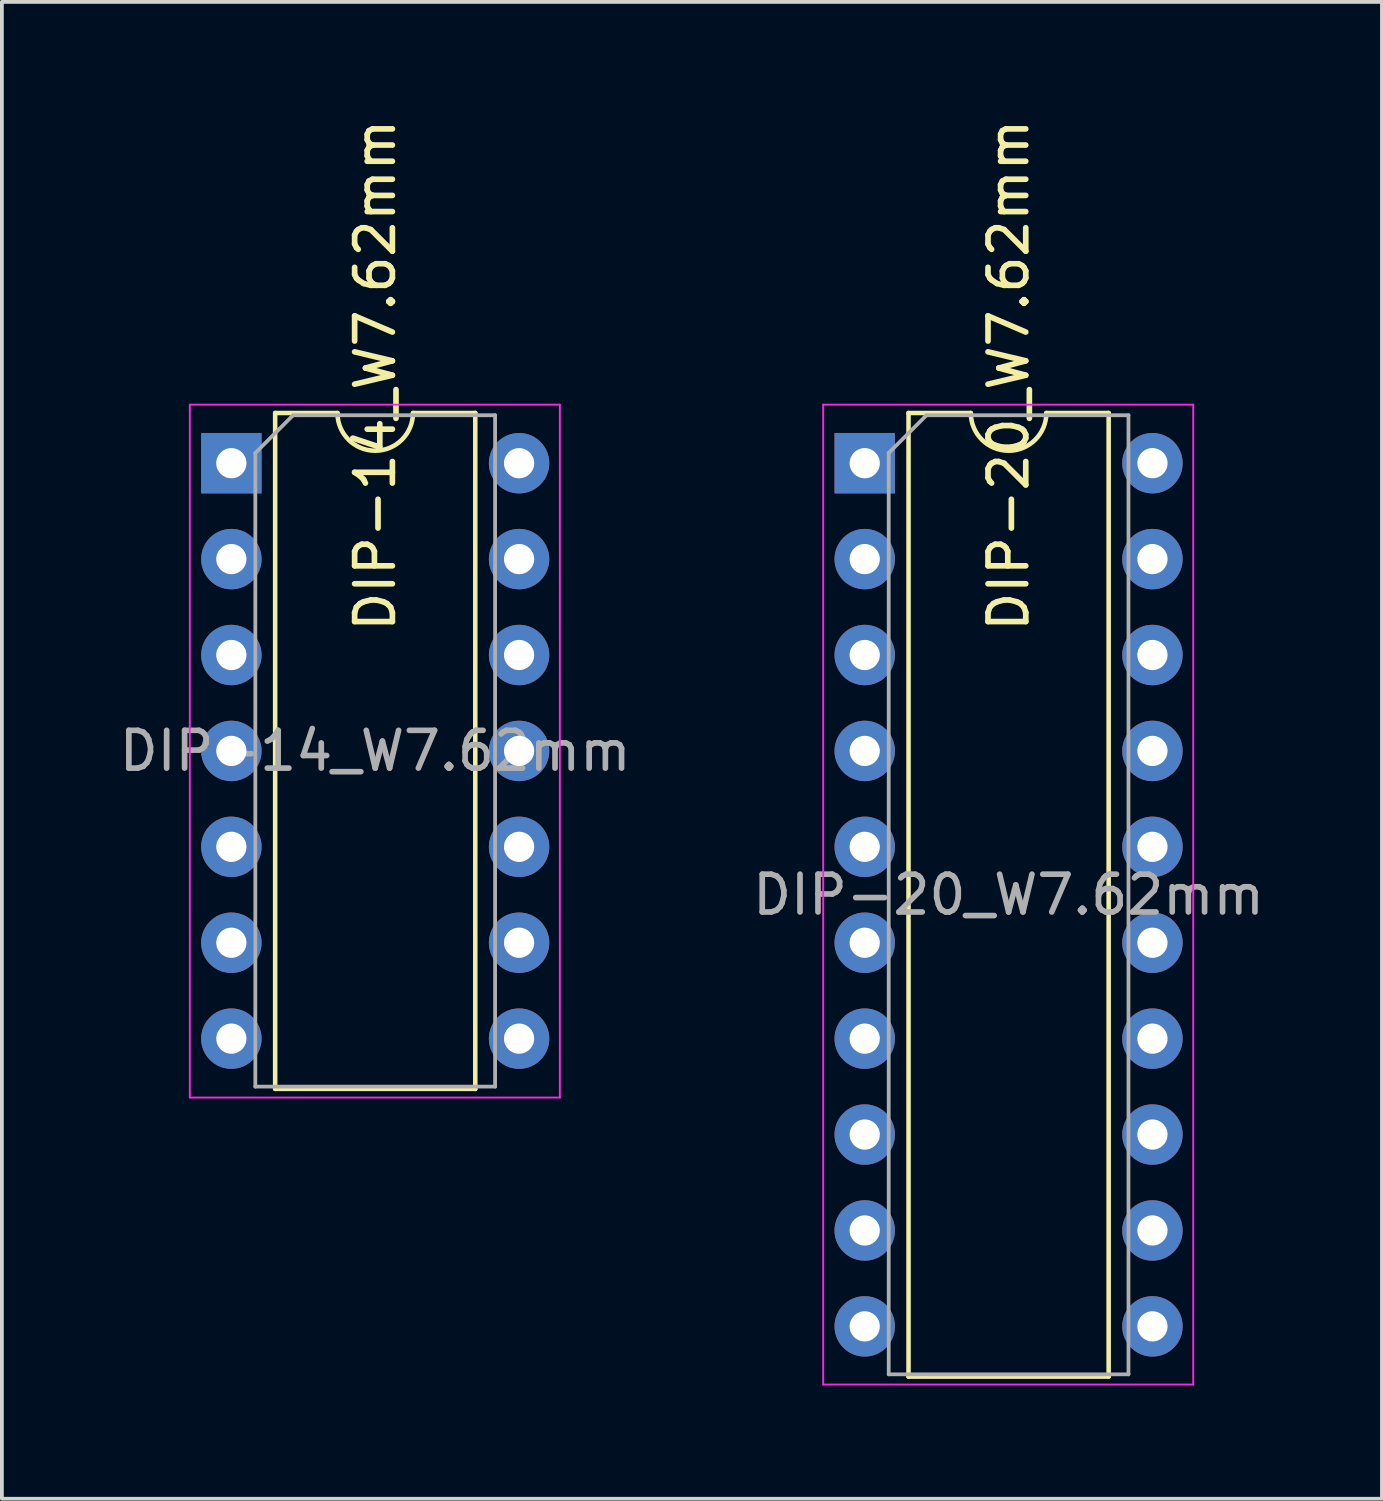
<source format=kicad_pcb>
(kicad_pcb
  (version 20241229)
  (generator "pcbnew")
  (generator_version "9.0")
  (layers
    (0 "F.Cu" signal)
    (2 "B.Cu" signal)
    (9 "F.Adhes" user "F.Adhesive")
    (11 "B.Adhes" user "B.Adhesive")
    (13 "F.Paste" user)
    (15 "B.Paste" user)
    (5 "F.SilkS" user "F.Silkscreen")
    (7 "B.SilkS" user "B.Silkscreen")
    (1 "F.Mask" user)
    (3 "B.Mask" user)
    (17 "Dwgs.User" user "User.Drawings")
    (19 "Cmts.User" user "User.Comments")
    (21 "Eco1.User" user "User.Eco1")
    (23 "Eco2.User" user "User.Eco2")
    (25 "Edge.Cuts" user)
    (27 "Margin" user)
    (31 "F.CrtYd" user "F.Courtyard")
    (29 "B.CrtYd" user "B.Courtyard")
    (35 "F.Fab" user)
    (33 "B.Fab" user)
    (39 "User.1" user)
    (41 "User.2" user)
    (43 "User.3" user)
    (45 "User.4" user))
  (footprint "DIP-14_W7.62mm"
    (layer "F.Cu")
    (at 3.077 9.217)
    (property "Reference" "DIP-14_W7.62mm" (at 3.81 -2.33 90) (layer "F.SilkS") (effects (font (size 1 1) (thickness 0.15))))
    (attr through_hole)
    (fp_line (start 1.16 -1.33) (end 1.16 16.57) (stroke (width 0.12) (type solid)) (layer "F.SilkS"))
    (fp_line (start 1.16 16.57) (end 6.46 16.57) (stroke (width 0.12) (type solid)) (layer "F.SilkS"))
    (fp_line (start 2.81 -1.33) (end 1.16 -1.33) (stroke (width 0.12) (type solid)) (layer "F.SilkS"))
    (fp_line (start 6.46 -1.33) (end 4.81 -1.33) (stroke (width 0.12) (type solid)) (layer "F.SilkS"))
    (fp_line (start 6.46 16.57) (end 6.46 -1.33) (stroke (width 0.12) (type solid)) (layer "F.SilkS"))
    (fp_arc (start 4.81 -1.33) (mid 3.81 -0.33) (end 2.81 -1.33) (stroke (width 0.12) (type solid)) (layer "F.SilkS"))
    (fp_line (start -1.1 -1.55) (end -1.1 16.8) (stroke (width 0.05) (type solid)) (layer "F.CrtYd"))
    (fp_line (start -1.1 16.8) (end 8.7 16.8) (stroke (width 0.05) (type solid)) (layer "F.CrtYd"))
    (fp_line (start 8.7 -1.55) (end -1.1 -1.55) (stroke (width 0.05) (type solid)) (layer "F.CrtYd"))
    (fp_line (start 8.7 16.8) (end 8.7 -1.55) (stroke (width 0.05) (type solid)) (layer "F.CrtYd"))
    (fp_line (start 0.635 -0.27) (end 1.635 -1.27) (stroke (width 0.1) (type solid)) (layer "F.Fab"))
    (fp_line (start 0.635 16.51) (end 0.635 -0.27) (stroke (width 0.1) (type solid)) (layer "F.Fab"))
    (fp_line (start 1.635 -1.27) (end 6.985 -1.27) (stroke (width 0.1) (type solid)) (layer "F.Fab"))
    (fp_line (start 6.985 -1.27) (end 6.985 16.51) (stroke (width 0.1) (type solid)) (layer "F.Fab"))
    (fp_line (start 6.985 16.51) (end 0.635 16.51) (stroke (width 0.1) (type solid)) (layer "F.Fab"))
    (fp_text user "${REFERENCE}" (at 3.81 7.62 0) (layer "F.Fab") (effects (font (size 1 1) (thickness 0.15))))
    (pad "1" thru_hole rect (at 0 0 180) (size 1.6 1.6) (drill 0.8) (layers "*.Cu" "*.Mask"))
    (pad "2" thru_hole oval (at 0 2.54 180) (size 1.6 1.6) (drill 0.8) (layers "*.Cu" "*.Mask"))
    (pad "3" thru_hole oval (at 0 5.08 180) (size 1.6 1.6) (drill 0.8) (layers "*.Cu" "*.Mask"))
    (pad "4" thru_hole oval (at 0 7.62 180) (size 1.6 1.6) (drill 0.8) (layers "*.Cu" "*.Mask"))
    (pad "5" thru_hole oval (at 0 10.16 180) (size 1.6 1.6) (drill 0.8) (layers "*.Cu" "*.Mask"))
    (pad "6" thru_hole oval (at 0 12.7 180) (size 1.6 1.6) (drill 0.8) (layers "*.Cu" "*.Mask"))
    (pad "7" thru_hole oval (at 0 15.24 180) (size 1.6 1.6) (drill 0.8) (layers "*.Cu" "*.Mask"))
    (pad "8" thru_hole oval (at 7.62 15.24 180) (size 1.6 1.6) (drill 0.8) (layers "*.Cu" "*.Mask"))
    (pad "9" thru_hole oval (at 7.62 12.7 180) (size 1.6 1.6) (drill 0.8) (layers "*.Cu" "*.Mask"))
    (pad "10" thru_hole oval (at 7.62 10.16 180) (size 1.6 1.6) (drill 0.8) (layers "*.Cu" "*.Mask"))
    (pad "11" thru_hole oval (at 7.62 7.62 180) (size 1.6 1.6) (drill 0.8) (layers "*.Cu" "*.Mask"))
    (pad "12" thru_hole oval (at 7.62 5.08 180) (size 1.6 1.6) (drill 0.8) (layers "*.Cu" "*.Mask"))
    (pad "13" thru_hole oval (at 7.62 2.54 180) (size 1.6 1.6) (drill 0.8) (layers "*.Cu" "*.Mask"))
    (pad "14" thru_hole oval (at 7.62 0 180) (size 1.6 1.6) (drill 0.8) (layers "*.Cu" "*.Mask")))
  (footprint "DIP-20_W7.62mm"
    (layer "F.Cu")
    (at 19.851 9.217)
    (property "Reference" "DIP-20_W7.62mm" (at 3.81 -2.33 90) (layer "F.SilkS") (effects (font (size 1 1) (thickness 0.15))))
    (attr through_hole)
    (fp_line (start 1.16 -1.33) (end 1.16 24.19) (stroke (width 0.12) (type solid)) (layer "F.SilkS"))
    (fp_line (start 1.16 24.19) (end 6.46 24.19) (stroke (width 0.12) (type solid)) (layer "F.SilkS"))
    (fp_line (start 2.81 -1.33) (end 1.16 -1.33) (stroke (width 0.12) (type solid)) (layer "F.SilkS"))
    (fp_line (start 6.46 -1.33) (end 4.81 -1.33) (stroke (width 0.12) (type solid)) (layer "F.SilkS"))
    (fp_line (start 6.46 24.19) (end 6.46 -1.33) (stroke (width 0.12) (type solid)) (layer "F.SilkS"))
    (fp_arc (start 4.81 -1.33) (mid 3.81 -0.33) (end 2.81 -1.33) (stroke (width 0.12) (type solid)) (layer "F.SilkS"))
    (fp_line (start -1.1 -1.55) (end -1.1 24.4) (stroke (width 0.05) (type solid)) (layer "F.CrtYd"))
    (fp_line (start -1.1 24.4) (end 8.7 24.4) (stroke (width 0.05) (type solid)) (layer "F.CrtYd"))
    (fp_line (start 8.7 -1.55) (end -1.1 -1.55) (stroke (width 0.05) (type solid)) (layer "F.CrtYd"))
    (fp_line (start 8.7 24.4) (end 8.7 -1.55) (stroke (width 0.05) (type solid)) (layer "F.CrtYd"))
    (fp_line (start 0.635 -0.27) (end 1.635 -1.27) (stroke (width 0.1) (type solid)) (layer "F.Fab"))
    (fp_line (start 0.635 24.13) (end 0.635 -0.27) (stroke (width 0.1) (type solid)) (layer "F.Fab"))
    (fp_line (start 1.635 -1.27) (end 6.985 -1.27) (stroke (width 0.1) (type solid)) (layer "F.Fab"))
    (fp_line (start 6.985 -1.27) (end 6.985 24.13) (stroke (width 0.1) (type solid)) (layer "F.Fab"))
    (fp_line (start 6.985 24.13) (end 0.635 24.13) (stroke (width 0.1) (type solid)) (layer "F.Fab"))
    (fp_text user "${REFERENCE}" (at 3.81 11.43 0) (layer "F.Fab") (effects (font (size 1 1) (thickness 0.15))))
    (pad "1" thru_hole rect (at 0 0 180) (size 1.6 1.6) (drill 0.8) (layers "*.Cu" "*.Mask"))
    (pad "2" thru_hole oval (at 0 2.54 180) (size 1.6 1.6) (drill 0.8) (layers "*.Cu" "*.Mask"))
    (pad "3" thru_hole oval (at 0 5.08 180) (size 1.6 1.6) (drill 0.8) (layers "*.Cu" "*.Mask"))
    (pad "4" thru_hole oval (at 0 7.62 180) (size 1.6 1.6) (drill 0.8) (layers "*.Cu" "*.Mask"))
    (pad "5" thru_hole oval (at 0 10.16 180) (size 1.6 1.6) (drill 0.8) (layers "*.Cu" "*.Mask"))
    (pad "6" thru_hole oval (at 0 12.7 180) (size 1.6 1.6) (drill 0.8) (layers "*.Cu" "*.Mask"))
    (pad "7" thru_hole oval (at 0 15.24 180) (size 1.6 1.6) (drill 0.8) (layers "*.Cu" "*.Mask"))
    (pad "8" thru_hole oval (at 0 17.78 180) (size 1.6 1.6) (drill 0.8) (layers "*.Cu" "*.Mask"))
    (pad "9" thru_hole oval (at 0 20.32 180) (size 1.6 1.6) (drill 0.8) (layers "*.Cu" "*.Mask"))
    (pad "10" thru_hole oval (at 0 22.86 180) (size 1.6 1.6) (drill 0.8) (layers "*.Cu" "*.Mask"))
    (pad "11" thru_hole oval (at 7.62 22.86 180) (size 1.6 1.6) (drill 0.8) (layers "*.Cu" "*.Mask"))
    (pad "12" thru_hole oval (at 7.62 20.32 180) (size 1.6 1.6) (drill 0.8) (layers "*.Cu" "*.Mask"))
    (pad "13" thru_hole oval (at 7.62 17.78 180) (size 1.6 1.6) (drill 0.8) (layers "*.Cu" "*.Mask"))
    (pad "14" thru_hole oval (at 7.62 15.24 180) (size 1.6 1.6) (drill 0.8) (layers "*.Cu" "*.Mask"))
    (pad "15" thru_hole oval (at 7.62 12.7 180) (size 1.6 1.6) (drill 0.8) (layers "*.Cu" "*.Mask"))
    (pad "16" thru_hole oval (at 7.62 10.16 180) (size 1.6 1.6) (drill 0.8) (layers "*.Cu" "*.Mask"))
    (pad "17" thru_hole oval (at 7.62 7.62 180) (size 1.6 1.6) (drill 0.8) (layers "*.Cu" "*.Mask"))
    (pad "18" thru_hole oval (at 7.62 5.08 180) (size 1.6 1.6) (drill 0.8) (layers "*.Cu" "*.Mask"))
    (pad "19" thru_hole oval (at 7.62 2.54 180) (size 1.6 1.6) (drill 0.8) (layers "*.Cu" "*.Mask"))
    (pad "20" thru_hole oval (at 7.62 0 180) (size 1.6 1.6) (drill 0.8) (layers "*.Cu" "*.Mask")))
  (gr_rect
    (start -3 -3)
    (end 33.548 36.642)
    (stroke (width 0.1) (type default))
    (fill no)
    (layer "Edge.Cuts")))
</source>
